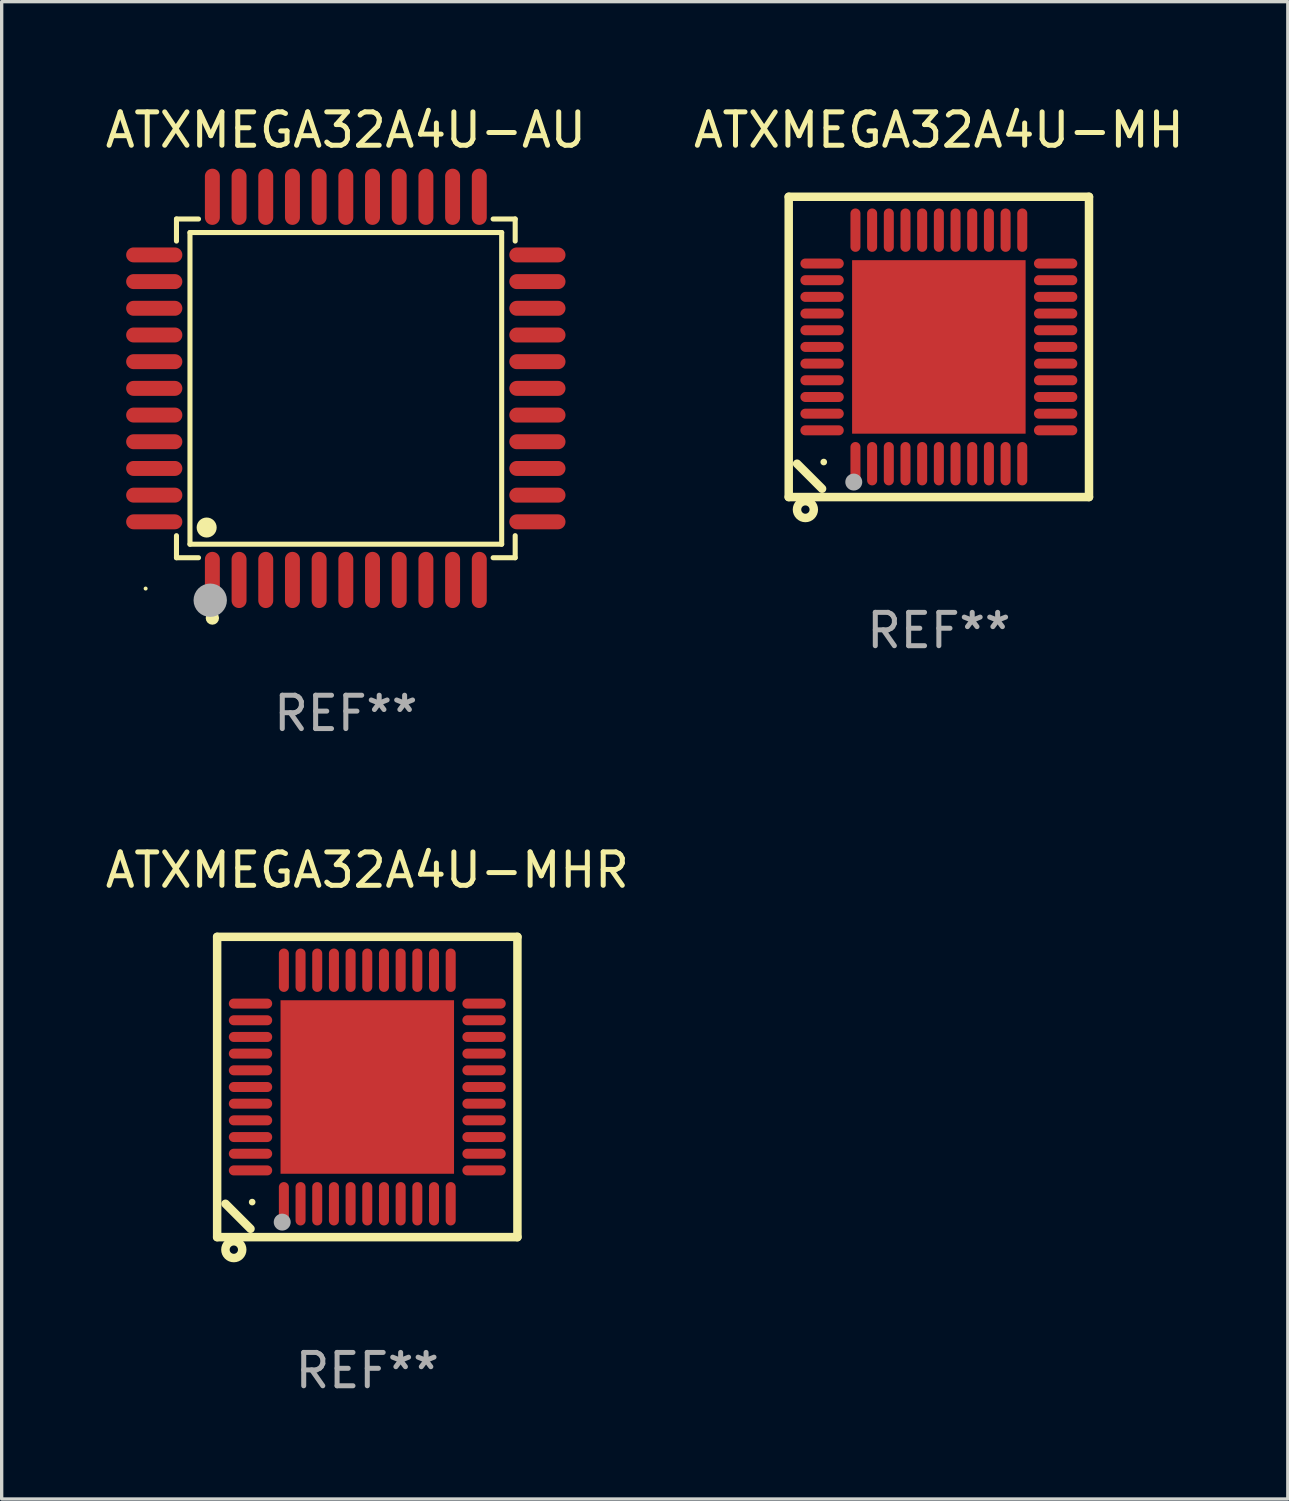
<source format=kicad_pcb>
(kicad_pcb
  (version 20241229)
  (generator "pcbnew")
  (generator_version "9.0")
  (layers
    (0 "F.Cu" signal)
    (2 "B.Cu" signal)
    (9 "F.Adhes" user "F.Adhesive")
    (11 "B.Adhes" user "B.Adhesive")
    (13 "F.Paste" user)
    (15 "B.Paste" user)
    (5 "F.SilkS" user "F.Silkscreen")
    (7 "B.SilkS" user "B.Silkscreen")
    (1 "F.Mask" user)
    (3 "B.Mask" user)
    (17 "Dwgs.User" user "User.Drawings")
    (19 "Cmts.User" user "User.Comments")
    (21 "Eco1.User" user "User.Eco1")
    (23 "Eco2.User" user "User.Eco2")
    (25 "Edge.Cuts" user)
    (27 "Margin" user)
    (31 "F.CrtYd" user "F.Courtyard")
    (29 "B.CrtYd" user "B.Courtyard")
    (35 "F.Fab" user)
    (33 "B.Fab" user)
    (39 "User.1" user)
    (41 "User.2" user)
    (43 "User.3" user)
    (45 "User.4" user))
  (footprint "ATXMEGA32A4U-MHR"
    (layer "F.Cu")
    (at 7.958 29.529)
    (property "Reference" "ATXMEGA32A4U-MHR" (at 0 -6.5 0) (layer "F.SilkS") (effects (font (size 1 1) (thickness 0.15))))
    (attr through_hole)
    (fp_line (start -4.5 -4.5) (end -4.5 4.5) (stroke (width 0.254) (type solid)) (layer "F.SilkS"))
    (fp_line (start -4.5 4.5) (end 4.5 4.5) (stroke (width 0.254) (type solid)) (layer "F.SilkS"))
    (fp_line (start -3.5 4.25) (end -4.25 3.5) (stroke (width 0.254) (type solid)) (layer "F.SilkS"))
    (fp_line (start 4.5 -4.5) (end -4.5 -4.5) (stroke (width 0.254) (type solid)) (layer "F.SilkS"))
    (fp_line (start 4.5 4.5) (end 4.5 -4.5) (stroke (width 0.254) (type solid)) (layer "F.SilkS"))
    (fp_circle (center -4 4.875) (end -3.875 4.875) (stroke (width 0.254) (type solid)) (fill no) (layer "F.SilkS"))
    (fp_circle (center -3.45 3.45) (end -3.4 3.45) (stroke (width 0.1) (type solid)) (fill no) (layer "F.SilkS"))
    (fp_circle (center -2.55 4.05) (end -2.423 4.05) (stroke (width 0.254) (type solid)) (fill no) (layer "F.Fab"))
    (fp_text user "REF**" (at 0 8.5 0) (layer "F.Fab") (effects (font (size 1 1) (thickness 0.15))))
    (pad "1" smd oval (at -2.5 3.5 90) (size 1.3 0.3) (layers "F.Cu" "F.Mask" "F.Paste"))
    (pad "2" smd oval (at -2 3.5 90) (size 1.3 0.3) (layers "F.Cu" "F.Mask" "F.Paste"))
    (pad "3" smd oval (at -1.5 3.5 90) (size 1.3 0.3) (layers "F.Cu" "F.Mask" "F.Paste"))
    (pad "4" smd oval (at -1 3.5 90) (size 1.3 0.3) (layers "F.Cu" "F.Mask" "F.Paste"))
    (pad "5" smd oval (at -0.5 3.5 90) (size 1.3 0.3) (layers "F.Cu" "F.Mask" "F.Paste"))
    (pad "6" smd oval (at 0.000025 3.5 90) (size 1.3 0.3) (layers "F.Cu" "F.Mask" "F.Paste"))
    (pad "7" smd oval (at 0.5 3.5 90) (size 1.3 0.3) (layers "F.Cu" "F.Mask" "F.Paste"))
    (pad "8" smd oval (at 1 3.5 90) (size 1.3 0.3) (layers "F.Cu" "F.Mask" "F.Paste"))
    (pad "9" smd oval (at 1.5 3.5 90) (size 1.3 0.3) (layers "F.Cu" "F.Mask" "F.Paste"))
    (pad "10" smd oval (at 2 3.5 90) (size 1.3 0.3) (layers "F.Cu" "F.Mask" "F.Paste"))
    (pad "11" smd oval (at 2.5 3.5 90) (size 1.3 0.3) (layers "F.Cu" "F.Mask" "F.Paste"))
    (pad "12" smd oval (at 3.5 2.5 90) (size 0.3 1.3) (layers "F.Cu" "F.Mask" "F.Paste"))
    (pad "13" smd oval (at 3.5 2 90) (size 0.3 1.3) (layers "F.Cu" "F.Mask" "F.Paste"))
    (pad "14" smd oval (at 3.5 1.5 90) (size 0.3 1.3) (layers "F.Cu" "F.Mask" "F.Paste"))
    (pad "15" smd oval (at 3.5 1 90) (size 0.3 1.3) (layers "F.Cu" "F.Mask" "F.Paste"))
    (pad "16" smd oval (at 3.5 0.5 90) (size 0.3 1.3) (layers "F.Cu" "F.Mask" "F.Paste"))
    (pad "17" smd oval (at 3.5 0.000025 90) (size 0.3 1.3) (layers "F.Cu" "F.Mask" "F.Paste"))
    (pad "18" smd oval (at 3.5 -0.5 90) (size 0.3 1.3) (layers "F.Cu" "F.Mask" "F.Paste"))
    (pad "19" smd oval (at 3.5 -1 90) (size 0.3 1.3) (layers "F.Cu" "F.Mask" "F.Paste"))
    (pad "20" smd oval (at 3.5 -1.5 90) (size 0.3 1.3) (layers "F.Cu" "F.Mask" "F.Paste"))
    (pad "21" smd oval (at 3.5 -2 90) (size 0.3 1.3) (layers "F.Cu" "F.Mask" "F.Paste"))
    (pad "22" smd oval (at 3.5 -2.5 90) (size 0.3 1.3) (layers "F.Cu" "F.Mask" "F.Paste"))
    (pad "23" smd oval (at 2.5 -3.5 90) (size 1.3 0.3) (layers "F.Cu" "F.Mask" "F.Paste"))
    (pad "24" smd oval (at 2 -3.5 90) (size 1.3 0.3) (layers "F.Cu" "F.Mask" "F.Paste"))
    (pad "25" smd oval (at 1.5 -3.5 90) (size 1.3 0.3) (layers "F.Cu" "F.Mask" "F.Paste"))
    (pad "26" smd oval (at 1 -3.5 90) (size 1.3 0.3) (layers "F.Cu" "F.Mask" "F.Paste"))
    (pad "27" smd oval (at 0.5 -3.5 90) (size 1.3 0.3) (layers "F.Cu" "F.Mask" "F.Paste"))
    (pad "28" smd oval (at 0.000025 -3.5 90) (size 1.3 0.3) (layers "F.Cu" "F.Mask" "F.Paste"))
    (pad "29" smd oval (at -0.5 -3.5 90) (size 1.3 0.3) (layers "F.Cu" "F.Mask" "F.Paste"))
    (pad "30" smd oval (at -1 -3.5 90) (size 1.3 0.3) (layers "F.Cu" "F.Mask" "F.Paste"))
    (pad "31" smd oval (at -1.5 -3.5 90) (size 1.3 0.3) (layers "F.Cu" "F.Mask" "F.Paste"))
    (pad "32" smd oval (at -2 -3.5 90) (size 1.3 0.3) (layers "F.Cu" "F.Mask" "F.Paste"))
    (pad "33" smd oval (at -2.5 -3.5 90) (size 1.3 0.3) (layers "F.Cu" "F.Mask" "F.Paste"))
    (pad "34" smd oval (at -3.5 -2.5 90) (size 0.3 1.3) (layers "F.Cu" "F.Mask" "F.Paste"))
    (pad "35" smd oval (at -3.5 -2 90) (size 0.3 1.3) (layers "F.Cu" "F.Mask" "F.Paste"))
    (pad "36" smd oval (at -3.5 -1.5 90) (size 0.3 1.3) (layers "F.Cu" "F.Mask" "F.Paste"))
    (pad "37" smd oval (at -3.5 -1 90) (size 0.3 1.3) (layers "F.Cu" "F.Mask" "F.Paste"))
    (pad "38" smd oval (at -3.5 -0.5 90) (size 0.3 1.3) (layers "F.Cu" "F.Mask" "F.Paste"))
    (pad "39" smd oval (at -3.5 0.000025 90) (size 0.3 1.3) (layers "F.Cu" "F.Mask" "F.Paste"))
    (pad "40" smd oval (at -3.5 0.5 90) (size 0.3 1.3) (layers "F.Cu" "F.Mask" "F.Paste"))
    (pad "41" smd oval (at -3.5 1 90) (size 0.3 1.3) (layers "F.Cu" "F.Mask" "F.Paste"))
    (pad "42" smd oval (at -3.5 1.5 90) (size 0.3 1.3) (layers "F.Cu" "F.Mask" "F.Paste"))
    (pad "43" smd oval (at -3.5 2 90) (size 0.3 1.3) (layers "F.Cu" "F.Mask" "F.Paste"))
    (pad "44" smd oval (at -3.5 2.5 90) (size 0.3 1.3) (layers "F.Cu" "F.Mask" "F.Paste"))
    (pad "45" smd rect (at 0.000025 0.000025 90) (size 5.2 5.2) (layers "F.Cu" "F.Mask" "F.Paste")))
  (footprint "ATXMEGA32A4U-AU"
    (layer "F.Cu")
    (at 7.315 8.59)
    (property "Reference" "ATXMEGA32A4U-AU" (at 0 -7.742 0) (layer "F.SilkS") (effects (font (size 1 1) (thickness 0.15))))
    (attr through_hole)
    (fp_line (start -5.076 -5.076) (end -4.415 -5.076) (stroke (width 0.152) (type solid)) (layer "F.SilkS"))
    (fp_line (start -5.076 -4.415) (end -5.076 -5.076) (stroke (width 0.152) (type solid)) (layer "F.SilkS"))
    (fp_line (start -5.076 4.415) (end -5.076 5.076) (stroke (width 0.152) (type solid)) (layer "F.SilkS"))
    (fp_line (start -5.076 5.076) (end -4.415 5.076) (stroke (width 0.152) (type solid)) (layer "F.SilkS"))
    (fp_line (start -4.671 -4.671) (end 4.671 -4.671) (stroke (width 0.152) (type solid)) (layer "F.SilkS"))
    (fp_line (start -4.671 4.671) (end -4.671 -4.671) (stroke (width 0.152) (type solid)) (layer "F.SilkS"))
    (fp_line (start 4.671 -4.671) (end 4.671 4.671) (stroke (width 0.152) (type solid)) (layer "F.SilkS"))
    (fp_line (start 4.671 4.671) (end -4.671 4.671) (stroke (width 0.152) (type solid)) (layer "F.SilkS"))
    (fp_line (start 5.076 -5.076) (end 4.415 -5.076) (stroke (width 0.152) (type solid)) (layer "F.SilkS"))
    (fp_line (start 5.076 -4.415) (end 5.076 -5.076) (stroke (width 0.152) (type solid)) (layer "F.SilkS"))
    (fp_line (start 5.076 4.415) (end 5.076 5.076) (stroke (width 0.152) (type solid)) (layer "F.SilkS"))
    (fp_line (start 5.076 5.076) (end 4.415 5.076) (stroke (width 0.152) (type solid)) (layer "F.SilkS"))
    (fp_circle (center -6 6) (end -5.97 6) (stroke (width 0.06) (type solid)) (fill no) (layer "F.SilkS"))
    (fp_circle (center -4.171 4.171) (end -4.021 4.171) (stroke (width 0.3) (type solid)) (fill no) (layer "F.SilkS"))
    (fp_circle (center -4 6.884) (end -3.9 6.884) (stroke (width 0.2) (type solid)) (fill no) (layer "F.SilkS"))
    (fp_circle (center -4.064 6.35) (end -3.814 6.35) (stroke (width 0.5) (type solid)) (fill no) (layer "F.Fab"))
    (fp_text user "REF**" (at 0 9.742 0) (layer "F.Fab") (effects (font (size 1 1) (thickness 0.15))))
    (pad "1" smd oval (at -4 5.742) (size 0.448 1.684) (layers "F.Cu" "F.Mask" "F.Paste"))
    (pad "2" smd oval (at -3.2 5.742) (size 0.448 1.684) (layers "F.Cu" "F.Mask" "F.Paste"))
    (pad "3" smd oval (at -2.4 5.742) (size 0.448 1.684) (layers "F.Cu" "F.Mask" "F.Paste"))
    (pad "4" smd oval (at -1.6 5.742) (size 0.448 1.684) (layers "F.Cu" "F.Mask" "F.Paste"))
    (pad "5" smd oval (at -0.8 5.742) (size 0.448 1.684) (layers "F.Cu" "F.Mask" "F.Paste"))
    (pad "6" smd oval (at 0 5.742) (size 0.448 1.684) (layers "F.Cu" "F.Mask" "F.Paste"))
    (pad "7" smd oval (at 0.8 5.742) (size 0.448 1.684) (layers "F.Cu" "F.Mask" "F.Paste"))
    (pad "8" smd oval (at 1.6 5.742) (size 0.448 1.684) (layers "F.Cu" "F.Mask" "F.Paste"))
    (pad "9" smd oval (at 2.4 5.742) (size 0.448 1.684) (layers "F.Cu" "F.Mask" "F.Paste"))
    (pad "10" smd oval (at 3.2 5.742) (size 0.448 1.684) (layers "F.Cu" "F.Mask" "F.Paste"))
    (pad "11" smd oval (at 4 5.742) (size 0.448 1.684) (layers "F.Cu" "F.Mask" "F.Paste"))
    (pad "12" smd oval (at 5.742 4) (size 1.684 0.448) (layers "F.Cu" "F.Mask" "F.Paste"))
    (pad "13" smd oval (at 5.742 3.2) (size 1.684 0.448) (layers "F.Cu" "F.Mask" "F.Paste"))
    (pad "14" smd oval (at 5.742 2.4) (size 1.684 0.448) (layers "F.Cu" "F.Mask" "F.Paste"))
    (pad "15" smd oval (at 5.742 1.6) (size 1.684 0.448) (layers "F.Cu" "F.Mask" "F.Paste"))
    (pad "16" smd oval (at 5.742 0.8) (size 1.684 0.448) (layers "F.Cu" "F.Mask" "F.Paste"))
    (pad "17" smd oval (at 5.742 0) (size 1.684 0.448) (layers "F.Cu" "F.Mask" "F.Paste"))
    (pad "18" smd oval (at 5.742 -0.8) (size 1.684 0.448) (layers "F.Cu" "F.Mask" "F.Paste"))
    (pad "19" smd oval (at 5.742 -1.6) (size 1.684 0.448) (layers "F.Cu" "F.Mask" "F.Paste"))
    (pad "20" smd oval (at 5.742 -2.4) (size 1.684 0.448) (layers "F.Cu" "F.Mask" "F.Paste"))
    (pad "21" smd oval (at 5.742 -3.2) (size 1.684 0.448) (layers "F.Cu" "F.Mask" "F.Paste"))
    (pad "22" smd oval (at 5.742 -4) (size 1.684 0.448) (layers "F.Cu" "F.Mask" "F.Paste"))
    (pad "23" smd oval (at 4 -5.742) (size 0.448 1.684) (layers "F.Cu" "F.Mask" "F.Paste"))
    (pad "24" smd oval (at 3.2 -5.742) (size 0.448 1.684) (layers "F.Cu" "F.Mask" "F.Paste"))
    (pad "25" smd oval (at 2.4 -5.742) (size 0.448 1.684) (layers "F.Cu" "F.Mask" "F.Paste"))
    (pad "26" smd oval (at 1.6 -5.742) (size 0.448 1.684) (layers "F.Cu" "F.Mask" "F.Paste"))
    (pad "27" smd oval (at 0.8 -5.742) (size 0.448 1.684) (layers "F.Cu" "F.Mask" "F.Paste"))
    (pad "28" smd oval (at 0 -5.742) (size 0.448 1.684) (layers "F.Cu" "F.Mask" "F.Paste"))
    (pad "29" smd oval (at -0.8 -5.742) (size 0.448 1.684) (layers "F.Cu" "F.Mask" "F.Paste"))
    (pad "30" smd oval (at -1.6 -5.742) (size 0.448 1.684) (layers "F.Cu" "F.Mask" "F.Paste"))
    (pad "31" smd oval (at -2.4 -5.742) (size 0.448 1.684) (layers "F.Cu" "F.Mask" "F.Paste"))
    (pad "32" smd oval (at -3.2 -5.742) (size 0.448 1.684) (layers "F.Cu" "F.Mask" "F.Paste"))
    (pad "33" smd oval (at -4 -5.742) (size 0.448 1.684) (layers "F.Cu" "F.Mask" "F.Paste"))
    (pad "34" smd oval (at -5.742 -4) (size 1.684 0.448) (layers "F.Cu" "F.Mask" "F.Paste"))
    (pad "35" smd oval (at -5.742 -3.2) (size 1.684 0.448) (layers "F.Cu" "F.Mask" "F.Paste"))
    (pad "36" smd oval (at -5.742 -2.4) (size 1.684 0.448) (layers "F.Cu" "F.Mask" "F.Paste"))
    (pad "37" smd oval (at -5.742 -1.6) (size 1.684 0.448) (layers "F.Cu" "F.Mask" "F.Paste"))
    (pad "38" smd oval (at -5.742 -0.8) (size 1.684 0.448) (layers "F.Cu" "F.Mask" "F.Paste"))
    (pad "39" smd oval (at -5.742 0) (size 1.684 0.448) (layers "F.Cu" "F.Mask" "F.Paste"))
    (pad "40" smd oval (at -5.742 0.8) (size 1.684 0.448) (layers "F.Cu" "F.Mask" "F.Paste"))
    (pad "41" smd oval (at -5.742 1.6) (size 1.684 0.448) (layers "F.Cu" "F.Mask" "F.Paste"))
    (pad "42" smd oval (at -5.742 2.4) (size 1.684 0.448) (layers "F.Cu" "F.Mask" "F.Paste"))
    (pad "43" smd oval (at -5.742 3.2) (size 1.684 0.448) (layers "F.Cu" "F.Mask" "F.Paste"))
    (pad "44" smd oval (at -5.742 4) (size 1.684 0.448) (layers "F.Cu" "F.Mask" "F.Paste")))
  (footprint "ATXMEGA32A4U-MH"
    (layer "F.Cu")
    (at 25.089 7.348)
    (property "Reference" "ATXMEGA32A4U-MH" (at 0 -6.5 0) (layer "F.SilkS") (effects (font (size 1 1) (thickness 0.15))))
    (attr through_hole)
    (fp_line (start -4.5 -4.5) (end -4.5 4.5) (stroke (width 0.254) (type solid)) (layer "F.SilkS"))
    (fp_line (start -4.5 4.5) (end 4.5 4.5) (stroke (width 0.254) (type solid)) (layer "F.SilkS"))
    (fp_line (start -3.5 4.25) (end -4.25 3.5) (stroke (width 0.254) (type solid)) (layer "F.SilkS"))
    (fp_line (start 4.5 -4.5) (end -4.5 -4.5) (stroke (width 0.254) (type solid)) (layer "F.SilkS"))
    (fp_line (start 4.5 4.5) (end 4.5 -4.5) (stroke (width 0.254) (type solid)) (layer "F.SilkS"))
    (fp_circle (center -4 4.875) (end -3.875 4.875) (stroke (width 0.254) (type solid)) (fill no) (layer "F.SilkS"))
    (fp_circle (center -3.45 3.45) (end -3.4 3.45) (stroke (width 0.1) (type solid)) (fill no) (layer "F.SilkS"))
    (fp_circle (center -2.55 4.05) (end -2.423 4.05) (stroke (width 0.254) (type solid)) (fill no) (layer "F.Fab"))
    (fp_text user "REF**" (at 0 8.5 0) (layer "F.Fab") (effects (font (size 1 1) (thickness 0.15))))
    (pad "1" smd oval (at -2.5 3.5 90) (size 1.3 0.3) (layers "F.Cu" "F.Mask" "F.Paste"))
    (pad "2" smd oval (at -2 3.5 90) (size 1.3 0.3) (layers "F.Cu" "F.Mask" "F.Paste"))
    (pad "3" smd oval (at -1.5 3.5 90) (size 1.3 0.3) (layers "F.Cu" "F.Mask" "F.Paste"))
    (pad "4" smd oval (at -1 3.5 90) (size 1.3 0.3) (layers "F.Cu" "F.Mask" "F.Paste"))
    (pad "5" smd oval (at -0.5 3.5 90) (size 1.3 0.3) (layers "F.Cu" "F.Mask" "F.Paste"))
    (pad "6" smd oval (at 0.000025 3.5 90) (size 1.3 0.3) (layers "F.Cu" "F.Mask" "F.Paste"))
    (pad "7" smd oval (at 0.5 3.5 90) (size 1.3 0.3) (layers "F.Cu" "F.Mask" "F.Paste"))
    (pad "8" smd oval (at 1 3.5 90) (size 1.3 0.3) (layers "F.Cu" "F.Mask" "F.Paste"))
    (pad "9" smd oval (at 1.5 3.5 90) (size 1.3 0.3) (layers "F.Cu" "F.Mask" "F.Paste"))
    (pad "10" smd oval (at 2 3.5 90) (size 1.3 0.3) (layers "F.Cu" "F.Mask" "F.Paste"))
    (pad "11" smd oval (at 2.5 3.5 90) (size 1.3 0.3) (layers "F.Cu" "F.Mask" "F.Paste"))
    (pad "12" smd oval (at 3.5 2.5 90) (size 0.3 1.3) (layers "F.Cu" "F.Mask" "F.Paste"))
    (pad "13" smd oval (at 3.5 2 90) (size 0.3 1.3) (layers "F.Cu" "F.Mask" "F.Paste"))
    (pad "14" smd oval (at 3.5 1.5 90) (size 0.3 1.3) (layers "F.Cu" "F.Mask" "F.Paste"))
    (pad "15" smd oval (at 3.5 1 90) (size 0.3 1.3) (layers "F.Cu" "F.Mask" "F.Paste"))
    (pad "16" smd oval (at 3.5 0.5 90) (size 0.3 1.3) (layers "F.Cu" "F.Mask" "F.Paste"))
    (pad "17" smd oval (at 3.5 0.000025 90) (size 0.3 1.3) (layers "F.Cu" "F.Mask" "F.Paste"))
    (pad "18" smd oval (at 3.5 -0.5 90) (size 0.3 1.3) (layers "F.Cu" "F.Mask" "F.Paste"))
    (pad "19" smd oval (at 3.5 -1 90) (size 0.3 1.3) (layers "F.Cu" "F.Mask" "F.Paste"))
    (pad "20" smd oval (at 3.5 -1.5 90) (size 0.3 1.3) (layers "F.Cu" "F.Mask" "F.Paste"))
    (pad "21" smd oval (at 3.5 -2 90) (size 0.3 1.3) (layers "F.Cu" "F.Mask" "F.Paste"))
    (pad "22" smd oval (at 3.5 -2.5 90) (size 0.3 1.3) (layers "F.Cu" "F.Mask" "F.Paste"))
    (pad "23" smd oval (at 2.5 -3.5 90) (size 1.3 0.3) (layers "F.Cu" "F.Mask" "F.Paste"))
    (pad "24" smd oval (at 2 -3.5 90) (size 1.3 0.3) (layers "F.Cu" "F.Mask" "F.Paste"))
    (pad "25" smd oval (at 1.5 -3.5 90) (size 1.3 0.3) (layers "F.Cu" "F.Mask" "F.Paste"))
    (pad "26" smd oval (at 1 -3.5 90) (size 1.3 0.3) (layers "F.Cu" "F.Mask" "F.Paste"))
    (pad "27" smd oval (at 0.5 -3.5 90) (size 1.3 0.3) (layers "F.Cu" "F.Mask" "F.Paste"))
    (pad "28" smd oval (at 0.000025 -3.5 90) (size 1.3 0.3) (layers "F.Cu" "F.Mask" "F.Paste"))
    (pad "29" smd oval (at -0.5 -3.5 90) (size 1.3 0.3) (layers "F.Cu" "F.Mask" "F.Paste"))
    (pad "30" smd oval (at -1 -3.5 90) (size 1.3 0.3) (layers "F.Cu" "F.Mask" "F.Paste"))
    (pad "31" smd oval (at -1.5 -3.5 90) (size 1.3 0.3) (layers "F.Cu" "F.Mask" "F.Paste"))
    (pad "32" smd oval (at -2 -3.5 90) (size 1.3 0.3) (layers "F.Cu" "F.Mask" "F.Paste"))
    (pad "33" smd oval (at -2.5 -3.5 90) (size 1.3 0.3) (layers "F.Cu" "F.Mask" "F.Paste"))
    (pad "34" smd oval (at -3.5 -2.5 90) (size 0.3 1.3) (layers "F.Cu" "F.Mask" "F.Paste"))
    (pad "35" smd oval (at -3.5 -2 90) (size 0.3 1.3) (layers "F.Cu" "F.Mask" "F.Paste"))
    (pad "36" smd oval (at -3.5 -1.5 90) (size 0.3 1.3) (layers "F.Cu" "F.Mask" "F.Paste"))
    (pad "37" smd oval (at -3.5 -1 90) (size 0.3 1.3) (layers "F.Cu" "F.Mask" "F.Paste"))
    (pad "38" smd oval (at -3.5 -0.5 90) (size 0.3 1.3) (layers "F.Cu" "F.Mask" "F.Paste"))
    (pad "39" smd oval (at -3.5 0.000025 90) (size 0.3 1.3) (layers "F.Cu" "F.Mask" "F.Paste"))
    (pad "40" smd oval (at -3.5 0.5 90) (size 0.3 1.3) (layers "F.Cu" "F.Mask" "F.Paste"))
    (pad "41" smd oval (at -3.5 1 90) (size 0.3 1.3) (layers "F.Cu" "F.Mask" "F.Paste"))
    (pad "42" smd oval (at -3.5 1.5 90) (size 0.3 1.3) (layers "F.Cu" "F.Mask" "F.Paste"))
    (pad "43" smd oval (at -3.5 2 90) (size 0.3 1.3) (layers "F.Cu" "F.Mask" "F.Paste"))
    (pad "44" smd oval (at -3.5 2.5 90) (size 0.3 1.3) (layers "F.Cu" "F.Mask" "F.Paste"))
    (pad "45" smd rect (at 0.000025 0.000025 90) (size 5.2 5.2) (layers "F.Cu" "F.Mask" "F.Paste")))
  (gr_rect
    (start -3 -3)
    (end 35.548 41.877)
    (stroke (width 0.1) (type default))
    (fill no)
    (layer "Edge.Cuts")))
</source>
